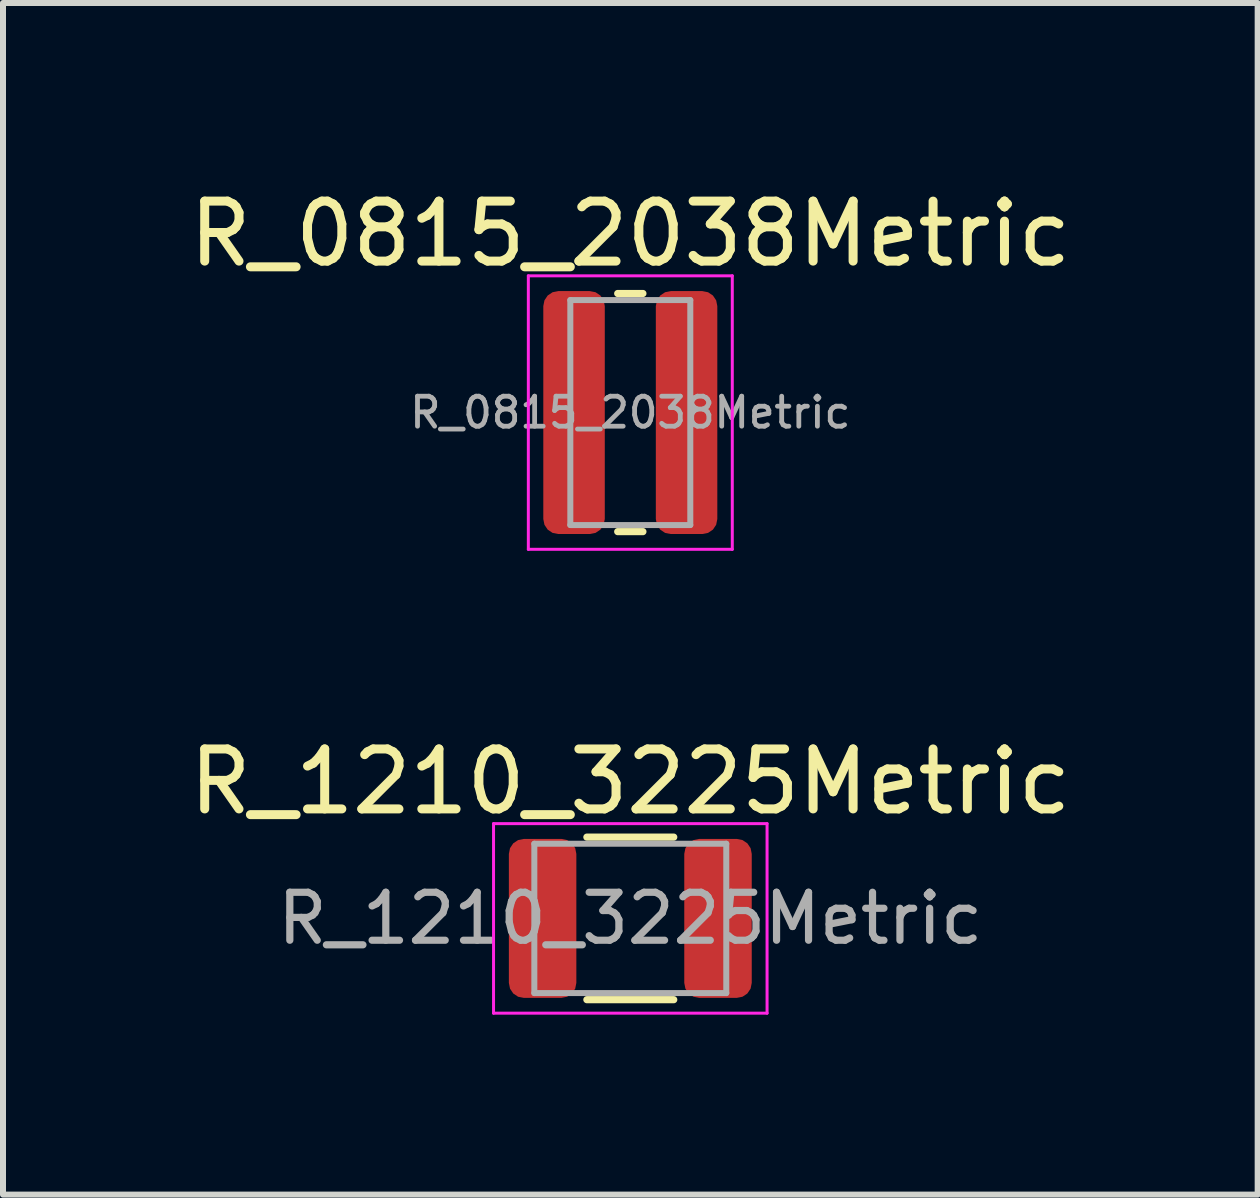
<source format=kicad_pcb>
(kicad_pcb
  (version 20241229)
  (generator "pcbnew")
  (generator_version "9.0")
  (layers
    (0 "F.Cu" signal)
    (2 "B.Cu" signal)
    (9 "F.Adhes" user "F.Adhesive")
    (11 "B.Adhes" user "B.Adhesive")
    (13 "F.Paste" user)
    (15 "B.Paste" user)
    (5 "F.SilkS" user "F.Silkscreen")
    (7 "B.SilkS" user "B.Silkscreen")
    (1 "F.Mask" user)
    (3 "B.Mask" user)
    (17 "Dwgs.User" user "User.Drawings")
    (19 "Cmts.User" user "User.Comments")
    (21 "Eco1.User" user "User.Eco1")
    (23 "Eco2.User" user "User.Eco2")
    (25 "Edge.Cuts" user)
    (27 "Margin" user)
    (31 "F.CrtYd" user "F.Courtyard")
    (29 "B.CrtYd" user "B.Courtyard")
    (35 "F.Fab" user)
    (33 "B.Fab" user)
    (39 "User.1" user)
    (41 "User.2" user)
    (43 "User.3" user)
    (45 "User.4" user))
  (footprint "R_1210_3225Metric"
    (layer "F.Cu")
    (at 7.458 12.261)
    (property "Reference" "R_1210_3225Metric" (at 0 -2.28 0) (layer "F.SilkS") (effects (font (size 1 1) (thickness 0.15))))
    (attr smd)
    (fp_line (start -0.724 -1.355) (end 0.724 -1.355) (stroke (width 0.12) (type solid)) (layer "F.SilkS"))
    (fp_line (start -0.724 1.355) (end 0.724 1.355) (stroke (width 0.12) (type solid)) (layer "F.SilkS"))
    (fp_line (start -2.28 -1.58) (end 2.28 -1.58) (stroke (width 0.05) (type solid)) (layer "F.CrtYd"))
    (fp_line (start -2.28 1.58) (end -2.28 -1.58) (stroke (width 0.05) (type solid)) (layer "F.CrtYd"))
    (fp_line (start 2.28 -1.58) (end 2.28 1.58) (stroke (width 0.05) (type solid)) (layer "F.CrtYd"))
    (fp_line (start 2.28 1.58) (end -2.28 1.58) (stroke (width 0.05) (type solid)) (layer "F.CrtYd"))
    (fp_line (start -1.6 -1.245) (end 1.6 -1.245) (stroke (width 0.1) (type solid)) (layer "F.Fab"))
    (fp_line (start -1.6 1.245) (end -1.6 -1.245) (stroke (width 0.1) (type solid)) (layer "F.Fab"))
    (fp_line (start 1.6 -1.245) (end 1.6 1.245) (stroke (width 0.1) (type solid)) (layer "F.Fab"))
    (fp_line (start 1.6 1.245) (end -1.6 1.245) (stroke (width 0.1) (type solid)) (layer "F.Fab"))
    (fp_text user "${REFERENCE}" (at 0 0 0) (layer "F.Fab") (effects (font (size 0.8 0.8) (thickness 0.12))))
    (pad "1" smd roundrect (at -1.462 0) (size 1.125 2.65) (layers "F.Cu" "F.Mask" "F.Paste") (roundrect_rratio 0.222))
    (pad "2" smd roundrect (at 1.462 0) (size 1.125 2.65) (layers "F.Cu" "F.Mask" "F.Paste") (roundrect_rratio 0.222)))
  (footprint "R_0815_2038Metric"
    (layer "F.Cu")
    (at 7.458 3.828)
    (property "Reference" "R_0815_2038Metric" (at 0 -2.98 0) (layer "F.SilkS") (effects (font (size 1 1) (thickness 0.15))))
    (attr smd)
    (fp_line (start -0.21 -1.985) (end 0.21 -1.985) (stroke (width 0.12) (type solid)) (layer "F.SilkS"))
    (fp_line (start -0.21 1.985) (end 0.21 1.985) (stroke (width 0.12) (type solid)) (layer "F.SilkS"))
    (fp_line (start -1.7 -2.28) (end 1.7 -2.28) (stroke (width 0.05) (type solid)) (layer "F.CrtYd"))
    (fp_line (start -1.7 2.28) (end -1.7 -2.28) (stroke (width 0.05) (type solid)) (layer "F.CrtYd"))
    (fp_line (start 1.7 -2.28) (end 1.7 2.28) (stroke (width 0.05) (type solid)) (layer "F.CrtYd"))
    (fp_line (start 1.7 2.28) (end -1.7 2.28) (stroke (width 0.05) (type solid)) (layer "F.CrtYd"))
    (fp_line (start -1 -1.875) (end 1 -1.875) (stroke (width 0.1) (type solid)) (layer "F.Fab"))
    (fp_line (start -1 1.875) (end -1 -1.875) (stroke (width 0.1) (type solid)) (layer "F.Fab"))
    (fp_line (start 1 -1.875) (end 1 1.875) (stroke (width 0.1) (type solid)) (layer "F.Fab"))
    (fp_line (start 1 1.875) (end -1 1.875) (stroke (width 0.1) (type solid)) (layer "F.Fab"))
    (fp_text user "${REFERENCE}" (at 0 0 0) (layer "F.Fab") (effects (font (size 0.5 0.5) (thickness 0.08))))
    (pad "1" smd roundrect (at -0.938 0) (size 1.025 4.05) (layers "F.Cu" "F.Mask" "F.Paste") (roundrect_rratio 0.244))
    (pad "2" smd roundrect (at 0.938 0) (size 1.025 4.05) (layers "F.Cu" "F.Mask" "F.Paste") (roundrect_rratio 0.244)))
  (gr_rect
    (start -3 -3)
    (end 17.917 16.866)
    (stroke (width 0.1) (type default))
    (fill no)
    (layer "Edge.Cuts")))
</source>
